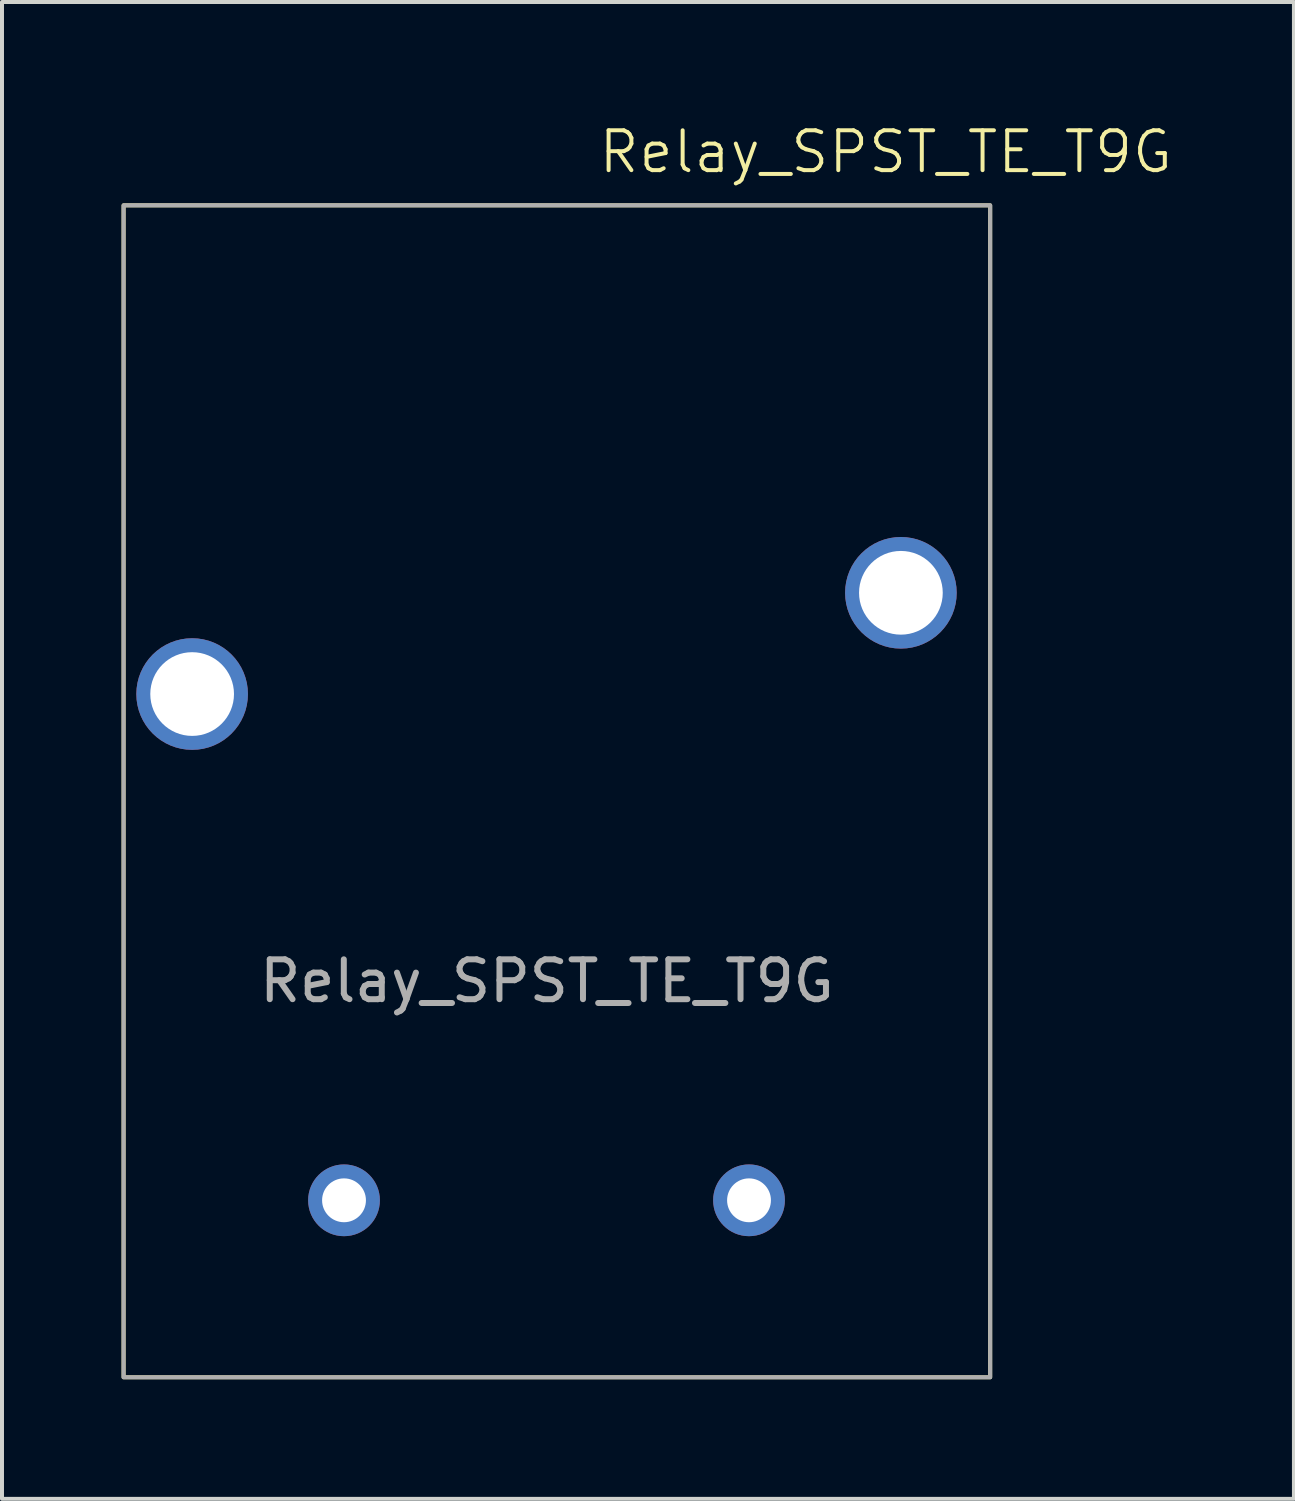
<source format=kicad_pcb>
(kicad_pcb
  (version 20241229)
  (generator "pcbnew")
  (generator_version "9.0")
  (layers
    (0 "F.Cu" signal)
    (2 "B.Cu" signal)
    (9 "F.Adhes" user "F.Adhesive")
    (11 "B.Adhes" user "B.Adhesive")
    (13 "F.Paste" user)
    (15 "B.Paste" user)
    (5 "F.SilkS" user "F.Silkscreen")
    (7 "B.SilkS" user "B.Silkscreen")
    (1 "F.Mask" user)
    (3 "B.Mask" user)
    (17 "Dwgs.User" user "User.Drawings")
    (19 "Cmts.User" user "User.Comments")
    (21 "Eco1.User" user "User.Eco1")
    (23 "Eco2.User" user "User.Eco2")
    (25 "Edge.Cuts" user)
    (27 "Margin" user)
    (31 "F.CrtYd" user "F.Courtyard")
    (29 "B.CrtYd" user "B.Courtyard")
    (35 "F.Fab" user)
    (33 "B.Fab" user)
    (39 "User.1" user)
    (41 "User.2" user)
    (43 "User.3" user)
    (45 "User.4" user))
  (footprint "Relay_SPST_TE_T9G"
    (layer "F.Cu")
    (at 1.77 14.361)
    (property "Reference" "Relay_SPST_TE_T9G" (at 17.4 -13.6 0) (unlocked yes) (layer "F.SilkS") (effects (font (size 1 1) (thickness 0.1))))
    (attr through_hole)
    (fp_rect (start -1.72 -12.26) (end 20.02 17.14) (stroke (width 0.1) (type default)) (fill no) (layer "F.SilkS"))
    (fp_rect (start -1.72 -12.26) (end 20.02 17.14) (stroke (width 0.1) (type default)) (fill no) (layer "F.Fab"))
    (fp_text user "${REFERENCE}" (at 8.9 7.2 0) (unlocked yes) (layer "F.Fab") (effects (font (size 1 1) (thickness 0.15))))
    (pad "1" thru_hole circle (at 0 0) (size 2.8 2.8) (drill 2.1) (layers "*.Cu" "*.Mask"))
    (pad "2" thru_hole circle (at 17.78 -2.54) (size 2.8 2.8) (drill 2.1) (layers "*.Cu" "*.Mask"))
    (pad "3" thru_hole circle (at 3.81 12.7) (size 1.8 1.8) (drill 1.1) (layers "*.Cu" "*.Mask"))
    (pad "4" thru_hole circle (at 13.97 12.7) (size 1.8 1.8) (drill 1.1) (layers "*.Cu" "*.Mask")))
  (gr_rect
    (start -3 -3)
    (end 29.41 34.55)
    (stroke (width 0.1) (type default))
    (fill no)
    (layer "Edge.Cuts")))
</source>
